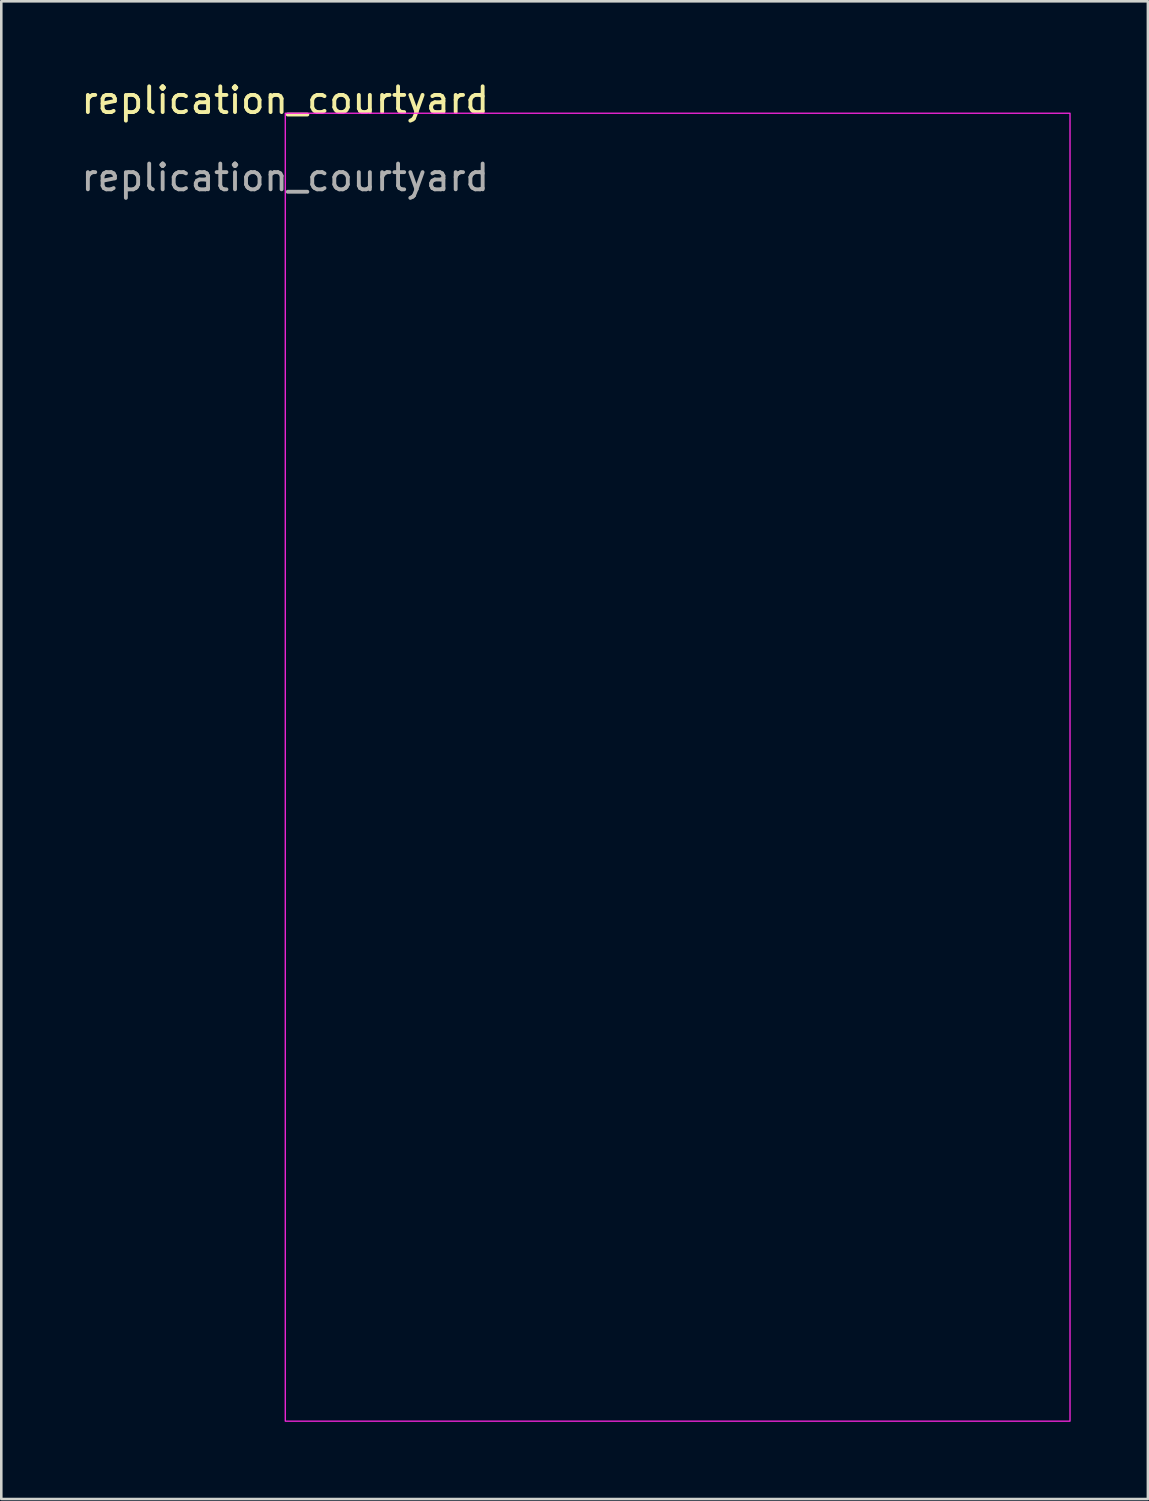
<source format=kicad_pcb>
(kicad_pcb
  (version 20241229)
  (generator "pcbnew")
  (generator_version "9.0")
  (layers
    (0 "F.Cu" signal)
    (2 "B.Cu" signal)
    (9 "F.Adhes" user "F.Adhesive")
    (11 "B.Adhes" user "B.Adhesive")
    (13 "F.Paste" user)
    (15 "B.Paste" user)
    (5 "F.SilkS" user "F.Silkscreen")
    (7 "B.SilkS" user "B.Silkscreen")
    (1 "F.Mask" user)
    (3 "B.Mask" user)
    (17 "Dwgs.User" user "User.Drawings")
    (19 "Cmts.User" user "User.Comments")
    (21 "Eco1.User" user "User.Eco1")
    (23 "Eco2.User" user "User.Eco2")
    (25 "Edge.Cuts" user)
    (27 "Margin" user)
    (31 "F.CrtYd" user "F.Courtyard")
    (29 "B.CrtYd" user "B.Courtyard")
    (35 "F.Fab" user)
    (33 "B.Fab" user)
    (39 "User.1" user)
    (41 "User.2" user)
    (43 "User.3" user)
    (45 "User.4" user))
  (footprint "replication_courtyard"
    (layer "F.Cu")
    (at 8.03 1.348)
    (property "Reference" "replication_courtyard" (at 0 -0.5 0) (unlocked yes) (layer "F.SilkS") (effects (font (size 1 1) (thickness 0.15))))
    (attr smd)
    (fp_rect (start 0 0) (end 30.48 50.8) (stroke (width 0.05) (type solid)) (fill no) (layer "F.CrtYd"))
    (fp_text user "${REFERENCE}" (at 0 2.5 0) (unlocked yes) (layer "F.Fab") (effects (font (size 1 1) (thickness 0.15)))))
  (gr_rect
    (start -3 -3)
    (end 41.535 55.173)
    (stroke (width 0.1) (type default))
    (fill no)
    (layer "Edge.Cuts")))
</source>
